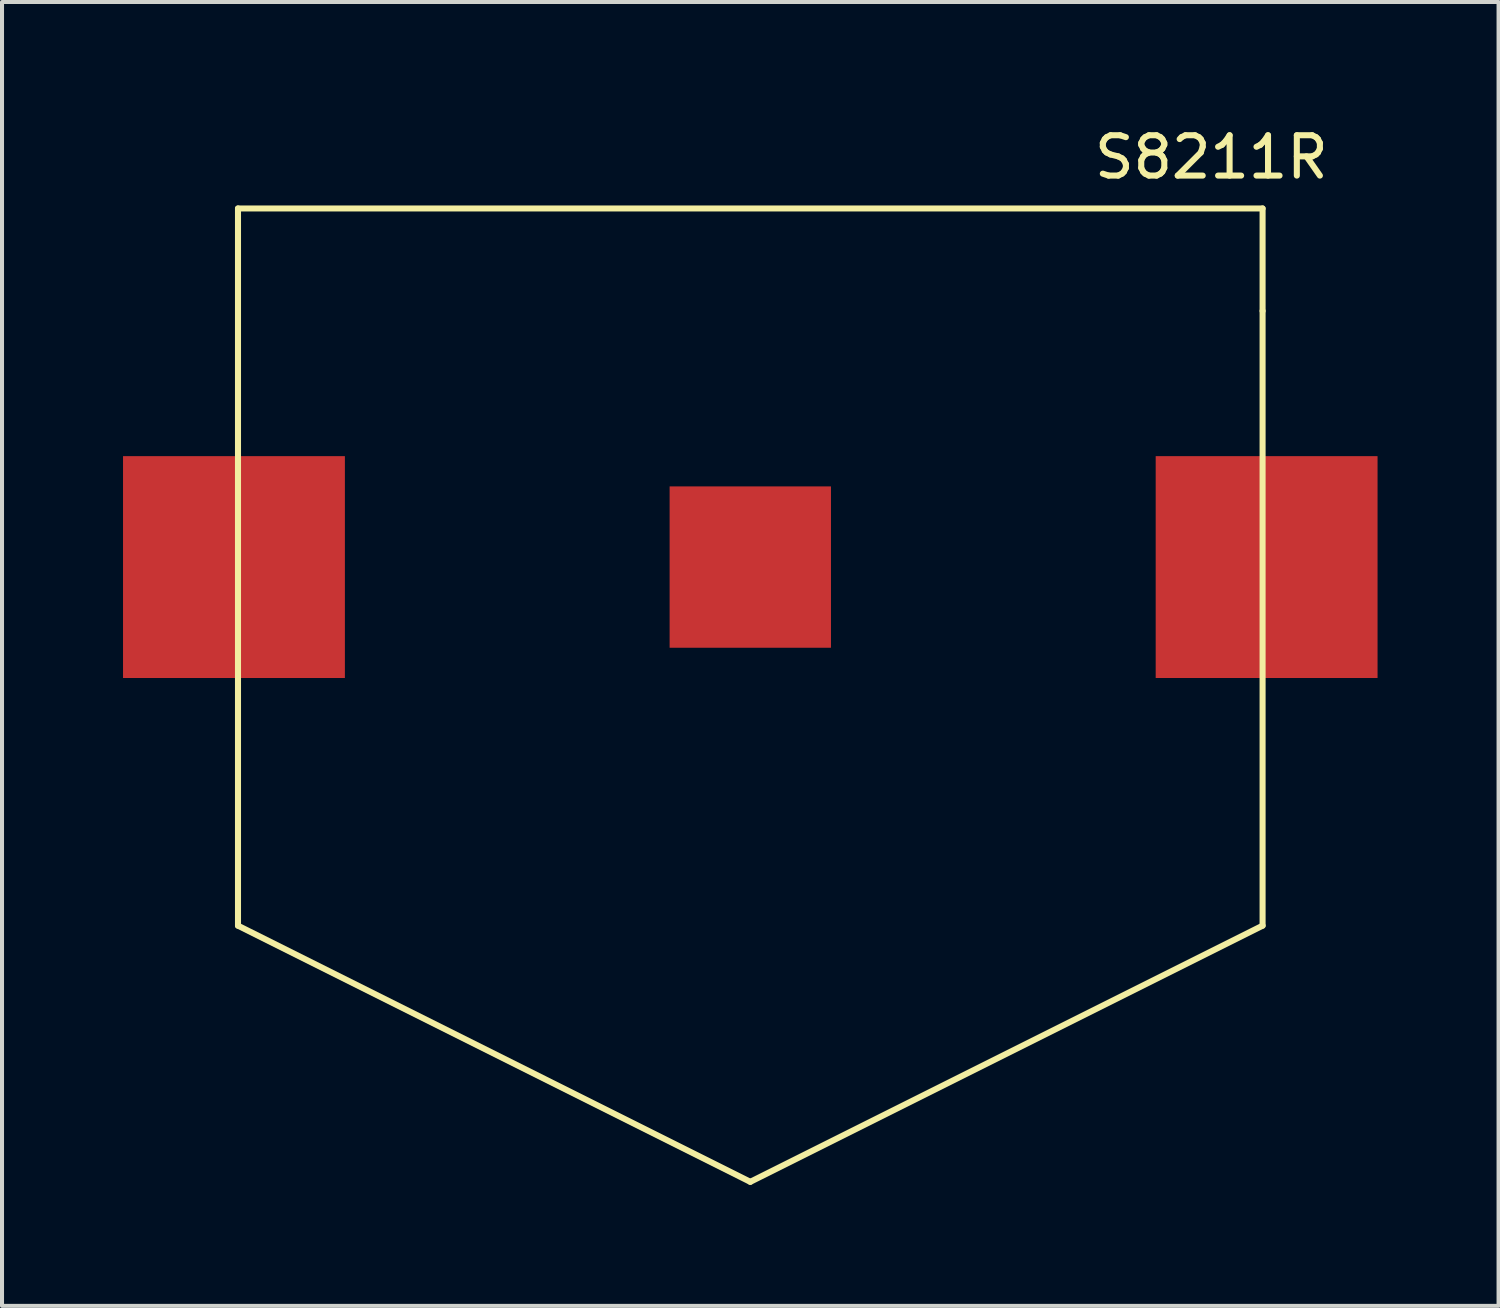
<source format=kicad_pcb>
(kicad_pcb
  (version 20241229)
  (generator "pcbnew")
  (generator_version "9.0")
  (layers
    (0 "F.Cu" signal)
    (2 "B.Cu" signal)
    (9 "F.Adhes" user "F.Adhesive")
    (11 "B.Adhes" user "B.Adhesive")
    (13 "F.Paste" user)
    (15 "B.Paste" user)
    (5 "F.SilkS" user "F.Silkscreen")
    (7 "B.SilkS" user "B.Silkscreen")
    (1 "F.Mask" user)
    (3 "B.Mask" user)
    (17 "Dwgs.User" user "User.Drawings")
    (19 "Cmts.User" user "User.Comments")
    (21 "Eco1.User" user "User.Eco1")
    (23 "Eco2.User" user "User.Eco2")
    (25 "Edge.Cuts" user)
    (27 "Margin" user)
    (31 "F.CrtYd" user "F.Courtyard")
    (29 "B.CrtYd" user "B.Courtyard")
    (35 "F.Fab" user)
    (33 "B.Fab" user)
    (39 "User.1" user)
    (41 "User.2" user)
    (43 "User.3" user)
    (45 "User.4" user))
  (footprint "S8211R"
    (layer "F.Cu")
    (at 15.55 11.008)
    (property "Reference" "S8211R" (at 11.43 -10.16 0) (layer "F.SilkS") (effects (font (size 1 1) (thickness 0.15))))
    (attr through_hole)
    (fp_line (start -12.7 -8.89) (end 12.7 -8.89) (stroke (width 0.15) (type solid)) (layer "F.SilkS"))
    (fp_line (start -12.7 8.89) (end -12.7 -8.89) (stroke (width 0.15) (type solid)) (layer "F.SilkS"))
    (fp_line (start 0 15.24) (end -12.7 8.89) (stroke (width 0.15) (type solid)) (layer "F.SilkS"))
    (fp_line (start 12.7 -8.89) (end 12.7 -6.35) (stroke (width 0.15) (type solid)) (layer "F.SilkS"))
    (fp_line (start 12.7 -6.35) (end 12.7 8.89) (stroke (width 0.15) (type solid)) (layer "F.SilkS"))
    (fp_line (start 12.7 8.89) (end 0 15.24) (stroke (width 0.15) (type solid)) (layer "F.SilkS"))
    (pad "1" smd rect (at -12.8 0) (size 5.5 5.5) (layers "F.Cu" "F.Mask" "F.Paste"))
    (pad "1" smd rect (at 12.8 0) (size 5.5 5.5) (layers "F.Cu" "F.Mask" "F.Paste"))
    (pad "2" smd rect (at 0 0) (size 4 4) (layers "F.Cu" "F.Mask" "F.Paste")))
  (gr_rect
    (start -3 -3)
    (end 34.1 29.323)
    (stroke (width 0.1) (type default))
    (fill no)
    (layer "Edge.Cuts")))
</source>
